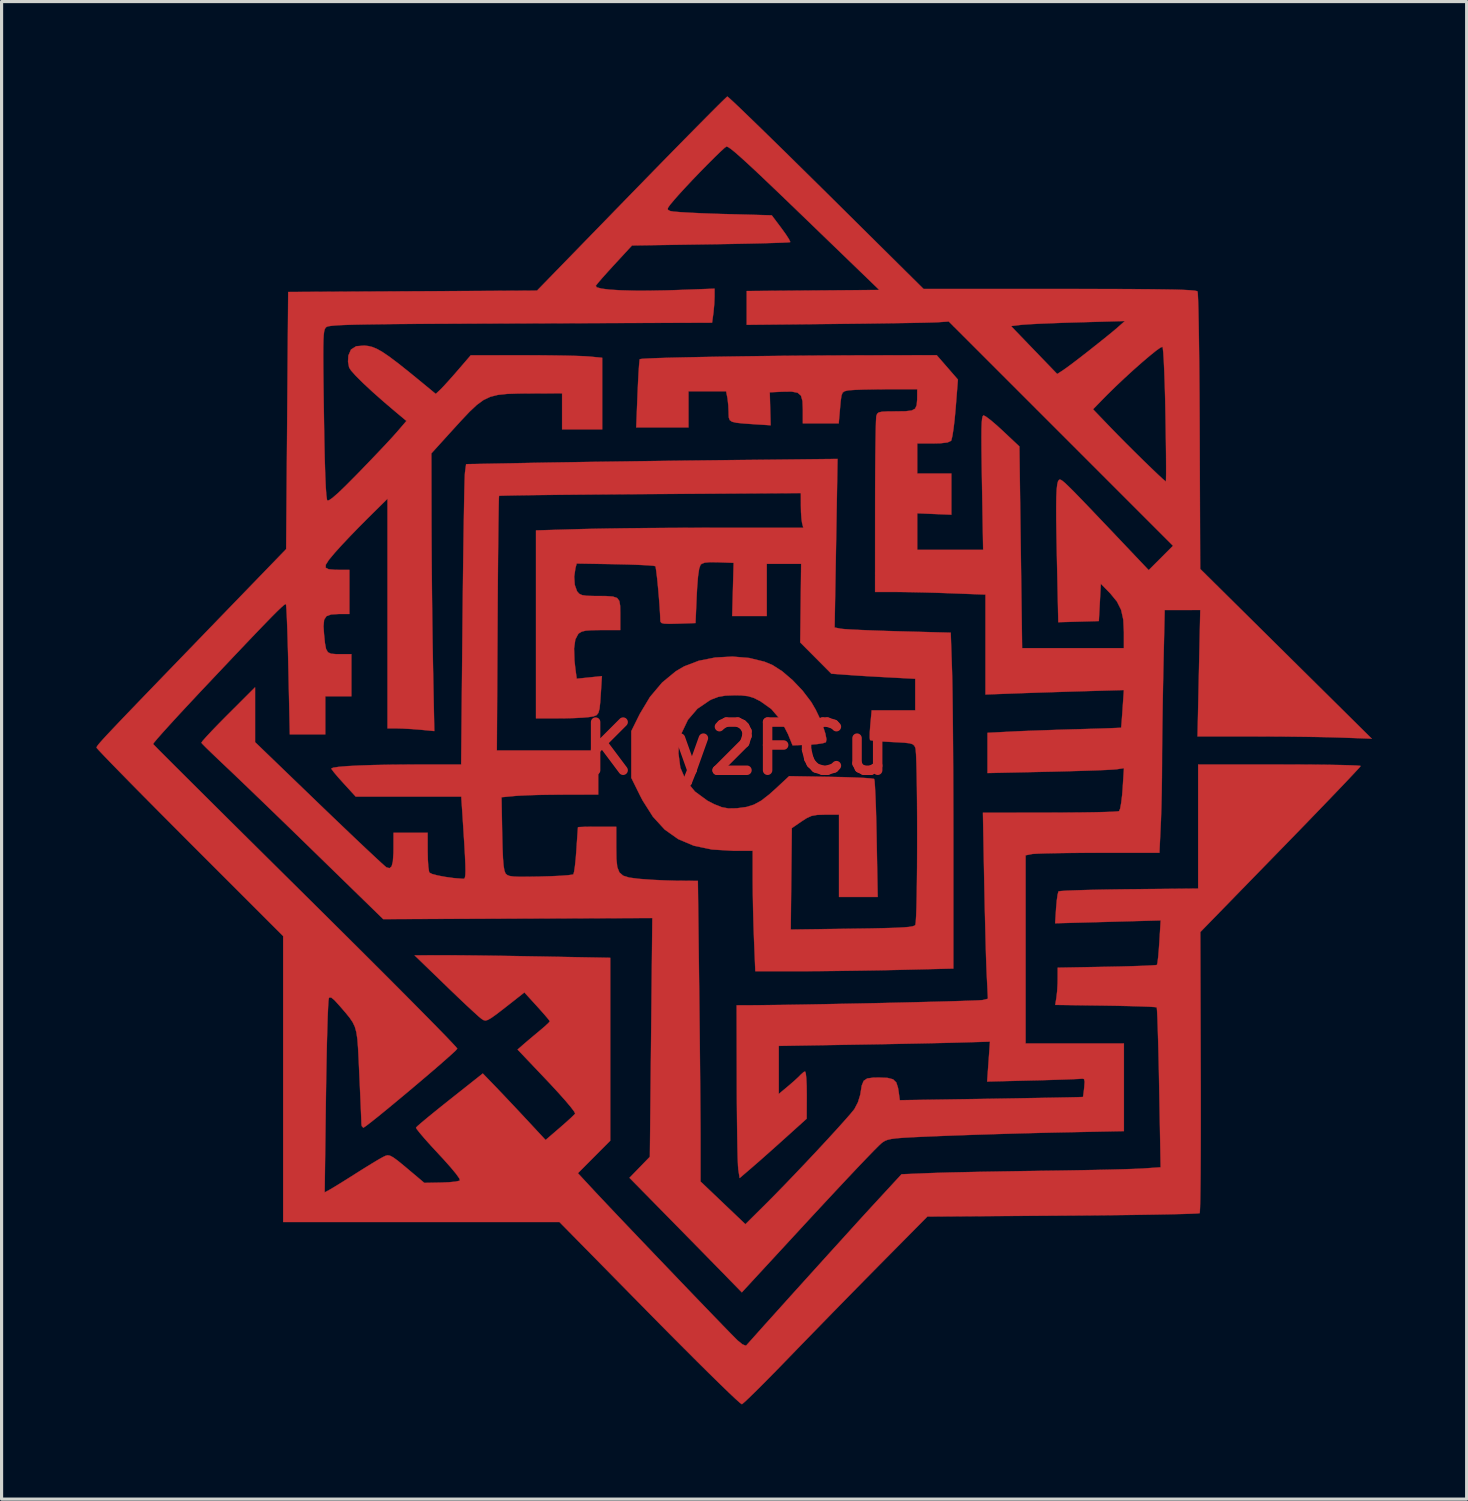
<source format=kicad_pcb>
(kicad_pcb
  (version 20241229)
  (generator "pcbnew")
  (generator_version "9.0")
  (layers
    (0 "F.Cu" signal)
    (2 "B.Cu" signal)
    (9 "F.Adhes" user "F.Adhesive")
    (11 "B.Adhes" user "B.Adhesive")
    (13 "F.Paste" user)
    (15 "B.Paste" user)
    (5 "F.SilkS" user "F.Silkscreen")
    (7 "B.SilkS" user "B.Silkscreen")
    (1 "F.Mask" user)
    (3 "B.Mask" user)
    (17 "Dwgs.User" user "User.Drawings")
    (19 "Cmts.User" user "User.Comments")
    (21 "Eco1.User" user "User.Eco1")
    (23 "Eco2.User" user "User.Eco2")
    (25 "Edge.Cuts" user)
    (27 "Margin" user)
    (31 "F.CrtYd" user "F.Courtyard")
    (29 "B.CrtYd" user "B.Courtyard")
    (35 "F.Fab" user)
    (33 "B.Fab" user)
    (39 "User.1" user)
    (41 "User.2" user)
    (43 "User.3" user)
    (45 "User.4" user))
  (footprint "Key2FCu"
    (layer "F.Cu")
    (at 20.262 20.636)
    (property "Reference" "Key2FCu" (at 0 0 0) (layer "F.Cu") (effects (font (size 1.524 1.524) (thickness 0.3))))
    (attr through_hole)
    (fp_poly (pts (xy -0.241 -20.588) (xy -0.105 -20.464) (xy 0.106 -20.264) (xy 0.384 -19.996) (xy 0.723 -19.668) (xy 1.114 -19.286) (xy 1.551 -18.859) (xy 2.025 -18.392) (xy 2.53 -17.894) (xy 2.838 -17.59) (xy 5.915 -14.542) (xy 10.224 -14.542) (xy 11.107 -14.541) (xy 11.87 -14.54) (xy 12.521 -14.537) (xy 13.067 -14.533) (xy 13.516 -14.527) (xy 13.875 -14.521) (xy 14.152 -14.512) (xy 14.355 -14.501) (xy 14.489 -14.489) (xy 14.564 -14.474) (xy 14.585 -14.462) (xy 14.594 -14.387) (xy 14.603 -14.195) (xy 14.612 -13.897) (xy 14.62 -13.504) (xy 14.628 -13.026) (xy 14.635 -12.473) (xy 14.641 -11.857) (xy 14.647 -11.187) (xy 14.651 -10.474) (xy 14.653 -10.033) (xy 14.669 -5.683) (xy 20.098 -0.31) (xy 19.119 -0.345) (xy 18.781 -0.355) (xy 18.345 -0.364) (xy 17.843 -0.371) (xy 17.305 -0.377) (xy 16.761 -0.38) (xy 16.363 -0.381) (xy 14.585 -0.381) (xy 14.672 -4.382) (xy 14.109 -4.381) (xy 13.546 -4.381) (xy 13.504 -2.524) (xy 13.493 -1.978) (xy 13.483 -1.407) (xy 13.474 -0.843) (xy 13.467 -0.317) (xy 13.463 0.14) (xy 13.462 0.45) (xy 13.459 0.901) (xy 13.452 1.388) (xy 13.441 1.865) (xy 13.427 2.284) (xy 13.42 2.435) (xy 13.379 3.302) (xy 11.46 3.302) (xy 10.969 3.303) (xy 10.511 3.307) (xy 10.104 3.313) (xy 9.766 3.32) (xy 9.513 3.329) (xy 9.365 3.338) (xy 9.342 3.342) (xy 9.144 3.381) (xy 9.144 9.335) (xy 12.255 9.335) (xy 12.255 12.109) (xy 10.208 12.151) (xy 9.601 12.165) (xy 8.938 12.182) (xy 8.255 12.202) (xy 7.591 12.223) (xy 6.98 12.244) (xy 6.477 12.263) (xy 5.971 12.284) (xy 5.575 12.302) (xy 5.274 12.319) (xy 5.052 12.337) (xy 4.893 12.358) (xy 4.78 12.384) (xy 4.698 12.415) (xy 4.631 12.456) (xy 4.588 12.488) (xy 4.504 12.565) (xy 4.344 12.725) (xy 4.117 12.96) (xy 3.831 13.259) (xy 3.497 13.613) (xy 3.124 14.011) (xy 2.721 14.444) (xy 2.297 14.901) (xy 2.272 14.928) (xy 0.164 17.212) (xy -0.256 16.782) (xy -0.409 16.624) (xy -0.636 16.393) (xy -0.921 16.102) (xy -1.247 15.769) (xy -1.6 15.41) (xy -1.963 15.04) (xy -2.033 14.969) (xy -3.391 13.587) (xy -2.746 12.922) (xy -2.668 5.366) (xy -6.926 5.383) (xy -11.184 5.401) (xy -13.26 3.378) (xy -13.721 2.929) (xy -14.184 2.479) (xy -14.634 2.043) (xy -15.058 1.634) (xy -15.441 1.265) (xy -15.769 0.951) (xy -16.027 0.704) (xy -16.129 0.608) (xy -16.39 0.361) (xy -16.617 0.144) (xy -16.795 -0.029) (xy -16.907 -0.143) (xy -16.939 -0.181) (xy -16.901 -0.237) (xy -16.786 -0.367) (xy -16.608 -0.558) (xy -16.38 -0.794) (xy -16.116 -1.061) (xy -16.097 -1.079) (xy -15.24 -1.935) (xy -15.24 -0.2) (xy -13.216 1.751) (xy -12.791 2.159) (xy -12.391 2.541) (xy -12.027 2.888) (xy -11.708 3.189) (xy -11.443 3.437) (xy -11.244 3.621) (xy -11.119 3.733) (xy -11.081 3.763) (xy -10.984 3.789) (xy -10.918 3.73) (xy -10.879 3.576) (xy -10.861 3.313) (xy -10.859 3.159) (xy -10.858 2.667) (xy -9.779 2.667) (xy -9.778 3.254) (xy -9.772 3.523) (xy -9.757 3.747) (xy -9.735 3.894) (xy -9.723 3.928) (xy -9.639 3.972) (xy -9.462 4.019) (xy -9.224 4.064) (xy -8.958 4.101) (xy -8.698 4.122) (xy -8.644 4.125) (xy -8.617 4.116) (xy -8.597 4.078) (xy -8.585 4) (xy -8.581 3.868) (xy -8.585 3.67) (xy -8.597 3.392) (xy -8.618 3.023) (xy -8.648 2.55) (xy -8.676 2.111) (xy -8.715 1.524) (xy -12.054 1.524) (xy -12.44 1.102) (xy -12.612 0.911) (xy -12.744 0.754) (xy -12.818 0.655) (xy -12.827 0.635) (xy -12.765 0.607) (xy -12.588 0.581) (xy -12.306 0.558) (xy -11.931 0.539) (xy -11.474 0.524) (xy -10.945 0.514) (xy -10.357 0.509) (xy -10.153 0.508) (xy -8.718 0.508) (xy -8.675 -3.985) (xy -8.667 -4.736) (xy -8.659 -5.455) (xy -8.65 -6.131) (xy -8.641 -6.753) (xy -8.632 -7.31) (xy -8.624 -7.792) (xy -8.616 -8.188) (xy -8.608 -8.486) (xy -8.601 -8.675) (xy -8.596 -8.738) (xy -8.561 -8.998) (xy -6.424 -9.039) (xy -5.94 -9.048) (xy -5.351 -9.057) (xy -4.678 -9.068) (xy -3.942 -9.078) (xy -3.164 -9.089) (xy -2.366 -9.1) (xy -1.569 -9.11) (xy -0.795 -9.119) (xy -0.547 -9.122) (xy 3.193 -9.163) (xy 3.147 -6.496) (xy 3.1 -3.828) (xy 3.29 -3.79) (xy 3.404 -3.778) (xy 3.626 -3.764) (xy 3.935 -3.749) (xy 4.314 -3.734) (xy 4.742 -3.719) (xy 5.128 -3.708) (xy 6.775 -3.664) (xy 6.817 -2.425) (xy 6.824 -2.137) (xy 6.831 -1.737) (xy 6.837 -1.24) (xy 6.843 -0.663) (xy 6.848 -0.021) (xy 6.852 0.672) (xy 6.855 1.4) (xy 6.857 2.147) (xy 6.858 2.889) (xy 6.858 6.965) (xy 5.133 7.007) (xy 4.574 7.019) (xy 3.963 7.029) (xy 3.34 7.038) (xy 2.745 7.045) (xy 2.217 7.048) (xy 2 7.048) (xy 0.591 7.048) (xy 0.55 6.048) (xy 0.534 5.604) (xy 0.521 5.107) (xy 0.512 4.617) (xy 0.508 4.189) (xy 0.508 4.143) (xy 0.508 3.239) (xy -0.111 3.238) (xy -0.778 3.198) (xy -1.354 3.078) (xy -1.849 2.869) (xy -2.277 2.566) (xy -2.649 2.16) (xy -2.976 1.645) (xy -3.063 1.477) (xy -3.334 0.929) (xy -3.334 -0.549) (xy -3.065 -1.092) (xy -2.743 -1.629) (xy -2.357 -2.087) (xy -1.921 -2.446) (xy -1.661 -2.598) (xy -1.199 -2.775) (xy -0.679 -2.878) (xy -0.136 -2.908) (xy 0.396 -2.864) (xy 0.882 -2.745) (xy 1.136 -2.639) (xy 1.443 -2.442) (xy 1.771 -2.161) (xy 2.085 -1.831) (xy 2.352 -1.481) (xy 2.366 -1.46) (xy 2.502 -1.226) (xy 2.628 -0.964) (xy 2.733 -0.702) (xy 2.808 -0.469) (xy 2.842 -0.291) (xy 2.825 -0.198) (xy 2.735 -0.167) (xy 2.554 -0.139) (xy 2.317 -0.12) (xy 2.266 -0.118) (xy 1.77 -0.098) (xy 1.624 -0.457) (xy 1.393 -0.904) (xy 1.097 -1.249) (xy 0.751 -1.495) (xy 0.546 -1.598) (xy 0.363 -1.655) (xy 0.146 -1.679) (xy -0.064 -1.683) (xy -0.358 -1.672) (xy -0.582 -1.633) (xy -0.787 -1.555) (xy -0.849 -1.524) (xy -1.242 -1.257) (xy -1.542 -0.907) (xy -1.742 -0.488) (xy -1.835 -0.01) (xy -1.841 0.158) (xy -1.782 0.608) (xy -1.607 1.012) (xy -1.321 1.362) (xy -0.928 1.651) (xy -0.71 1.764) (xy -0.473 1.858) (xy -0.264 1.897) (xy -0.011 1.893) (xy 0.026 1.89) (xy 0.307 1.852) (xy 0.546 1.778) (xy 0.777 1.652) (xy 1.031 1.455) (xy 1.251 1.258) (xy 1.661 0.876) (xy 2.984 0.899) (xy 3.382 0.907) (xy 3.737 0.919) (xy 4.028 0.932) (xy 4.237 0.947) (xy 4.343 0.962) (xy 4.352 0.966) (xy 4.365 1.038) (xy 4.378 1.222) (xy 4.392 1.5) (xy 4.406 1.855) (xy 4.418 2.273) (xy 4.428 2.736) (xy 4.43 2.855) (xy 4.464 4.699) (xy 3.239 4.699) (xy 3.239 2.095) (xy 2.801 2.095) (xy 2.551 2.102) (xy 2.374 2.133) (xy 2.217 2.204) (xy 2.055 2.308) (xy 1.746 2.521) (xy 1.712 5.731) (xy 3.654 5.704) (xy 4.217 5.696) (xy 4.665 5.686) (xy 5.011 5.676) (xy 5.269 5.663) (xy 5.449 5.648) (xy 5.566 5.629) (xy 5.632 5.606) (xy 5.655 5.585) (xy 5.668 5.501) (xy 5.68 5.306) (xy 5.691 5.016) (xy 5.699 4.648) (xy 5.705 4.217) (xy 5.71 3.74) (xy 5.712 3.233) (xy 5.713 2.712) (xy 5.712 2.193) (xy 5.709 1.692) (xy 5.704 1.226) (xy 5.697 0.81) (xy 5.688 0.461) (xy 5.678 0.195) (xy 5.665 0.028) (xy 5.656 -0.019) (xy 5.623 -0.088) (xy 5.57 -0.134) (xy 5.472 -0.164) (xy 5.306 -0.183) (xy 5.045 -0.198) (xy 4.926 -0.203) (xy 4.647 -0.219) (xy 4.418 -0.236) (xy 4.267 -0.254) (xy 4.221 -0.266) (xy 4.211 -0.341) (xy 4.213 -0.507) (xy 4.229 -0.731) (xy 4.231 -0.753) (xy 4.273 -1.206) (xy 5.652 -1.206) (xy 5.652 -2.205) (xy 4.842 -2.248) (xy 4.472 -2.268) (xy 4.089 -2.29) (xy 3.743 -2.312) (xy 3.515 -2.328) (xy 2.997 -2.366) (xy 2.505 -2.861) (xy 2.012 -3.356) (xy 2.027 -4.599) (xy 2.041 -5.842) (xy 1.497 -5.842) (xy 0.953 -5.842) (xy 0.953 -4.191) (xy -0.141 -4.191) (xy -0.095 -5.874) (xy -0.578 -5.892) (xy -0.844 -5.896) (xy -1.013 -5.88) (xy -1.112 -5.84) (xy -1.143 -5.81) (xy -1.186 -5.691) (xy -1.222 -5.449) (xy -1.251 -5.085) (xy -1.264 -4.839) (xy -1.302 -3.969) (xy -1.857 -3.95) (xy -2.125 -3.944) (xy -2.291 -3.95) (xy -2.378 -3.971) (xy -2.411 -4.012) (xy -2.415 -4.046) (xy -2.423 -4.248) (xy -2.439 -4.51) (xy -2.462 -4.804) (xy -2.488 -5.101) (xy -2.515 -5.374) (xy -2.541 -5.594) (xy -2.562 -5.734) (xy -2.572 -5.769) (xy -2.646 -5.783) (xy -2.826 -5.797) (xy -3.093 -5.81) (xy -3.426 -5.822) (xy -3.805 -5.831) (xy -3.838 -5.832) (xy -5.062 -5.853) (xy -5.102 -5.705) (xy -5.141 -5.436) (xy -5.123 -5.177) (xy -5.052 -4.978) (xy -5.045 -4.967) (xy -4.98 -4.894) (xy -4.889 -4.852) (xy -4.741 -4.831) (xy -4.504 -4.825) (xy -4.457 -4.825) (xy -4.133 -4.823) (xy -3.915 -4.807) (xy -3.782 -4.761) (xy -3.713 -4.67) (xy -3.687 -4.518) (xy -3.683 -4.29) (xy -3.683 -4.247) (xy -3.683 -3.747) (xy -4.286 -3.747) (xy -4.578 -3.743) (xy -4.773 -3.729) (xy -4.898 -3.699) (xy -4.984 -3.649) (xy -5.016 -3.619) (xy -5.106 -3.447) (xy -5.145 -3.164) (xy -5.132 -2.774) (xy -5.102 -2.509) (xy -5.061 -2.207) (xy -4.662 -2.248) (xy -4.264 -2.289) (xy -4.295 -1.795) (xy -4.316 -1.476) (xy -4.339 -1.261) (xy -4.375 -1.127) (xy -4.434 -1.053) (xy -4.527 -1.017) (xy -4.664 -0.995) (xy -4.675 -0.993) (xy -4.865 -0.976) (xy -5.14 -0.962) (xy -5.456 -0.954) (xy -5.66 -0.953) (xy -6.35 -0.953) (xy -6.35 -6.901) (xy -4.911 -6.943) (xy -4.524 -6.952) (xy -4.033 -6.961) (xy -3.462 -6.969) (xy -2.834 -6.975) (xy -2.172 -6.98) (xy -1.499 -6.983) (xy -0.84 -6.985) (xy -0.681 -6.985) (xy 2.11 -6.985) (xy 2.072 -7.128) (xy 2.052 -7.266) (xy 2.037 -7.481) (xy 2.033 -7.677) (xy 2.032 -8.082) (xy -2.732 -8.051) (xy -3.498 -8.046) (xy -4.226 -8.04) (xy -4.907 -8.034) (xy -5.531 -8.028) (xy -6.088 -8.022) (xy -6.568 -8.016) (xy -6.961 -8.01) (xy -7.257 -8.004) (xy -7.446 -7.999) (xy -7.519 -7.995) (xy -7.519 -7.995) (xy -7.524 -7.928) (xy -7.529 -7.746) (xy -7.534 -7.458) (xy -7.54 -7.075) (xy -7.545 -6.609) (xy -7.551 -6.07) (xy -7.556 -5.468) (xy -7.561 -4.814) (xy -7.565 -4.12) (xy -7.566 -3.953) (xy -7.589 0.064) (xy -4.381 0.064) (xy -4.381 1.46) (xy -5.477 1.461) (xy -5.876 1.464) (xy -6.266 1.47) (xy -6.615 1.481) (xy -6.89 1.494) (xy -7.007 1.502) (xy -7.441 1.543) (xy -7.42 2.699) (xy -7.409 3.14) (xy -7.395 3.47) (xy -7.376 3.704) (xy -7.351 3.858) (xy -7.318 3.948) (xy -7.306 3.964) (xy -7.259 4.006) (xy -7.185 4.035) (xy -7.064 4.053) (xy -6.876 4.061) (xy -6.602 4.06) (xy -6.221 4.054) (xy -6.216 4.053) (xy -5.871 4.043) (xy -5.572 4.029) (xy -5.34 4.012) (xy -5.199 3.993) (xy -5.168 3.983) (xy -5.144 3.903) (xy -5.117 3.723) (xy -5.091 3.473) (xy -5.072 3.221) (xy -5.053 2.935) (xy -5.037 2.701) (xy -5.026 2.545) (xy -5.021 2.492) (xy -4.96 2.486) (xy -4.8 2.48) (xy -4.569 2.477) (xy -4.413 2.477) (xy -3.81 2.477) (xy -3.81 3.136) (xy -3.805 3.497) (xy -3.778 3.752) (xy -3.712 3.921) (xy -3.592 4.026) (xy -3.4 4.086) (xy -3.12 4.123) (xy -3.011 4.132) (xy -2.669 4.157) (xy -2.274 4.175) (xy -1.902 4.186) (xy -1.836 4.186) (xy -1.227 4.191) (xy -1.185 7.668) (xy -1.177 8.371) (xy -1.169 9.077) (xy -1.162 9.767) (xy -1.156 10.424) (xy -1.151 11.029) (xy -1.147 11.566) (xy -1.144 12.015) (xy -1.143 12.359) (xy -1.143 12.424) (xy -1.143 13.704) (xy 0.277 15.056) (xy 0.936 14.402) (xy 1.21 14.126) (xy 1.521 13.807) (xy 1.856 13.458) (xy 2.201 13.095) (xy 2.542 12.732) (xy 2.866 12.383) (xy 3.158 12.064) (xy 3.406 11.788) (xy 3.596 11.572) (xy 3.713 11.429) (xy 3.727 11.411) (xy 3.838 11.198) (xy 3.912 10.957) (xy 3.919 10.913) (xy 3.959 10.667) (xy 4.02 10.518) (xy 4.132 10.443) (xy 4.323 10.417) (xy 4.503 10.414) (xy 4.776 10.425) (xy 4.95 10.47) (xy 5.052 10.569) (xy 5.107 10.741) (xy 5.127 10.866) (xy 5.163 11.131) (xy 8.058 11.086) (xy 8.651 11.076) (xy 9.203 11.066) (xy 9.702 11.057) (xy 10.136 11.049) (xy 10.491 11.042) (xy 10.755 11.036) (xy 10.915 11.031) (xy 10.961 11.028) (xy 10.971 10.965) (xy 10.99 10.816) (xy 11 10.724) (xy 11.013 10.545) (xy 10.994 10.462) (xy 10.938 10.449) (xy 10.929 10.45) (xy 10.838 10.457) (xy 10.64 10.466) (xy 10.354 10.477) (xy 9.999 10.488) (xy 9.595 10.5) (xy 9.377 10.505) (xy 7.927 10.541) (xy 7.972 9.909) (xy 8.017 9.278) (xy 7.009 9.307) (xy 6.701 9.315) (xy 6.289 9.324) (xy 5.797 9.335) (xy 5.249 9.346) (xy 4.666 9.357) (xy 4.074 9.367) (xy 3.667 9.374) (xy 1.333 9.413) (xy 1.333 10.934) (xy 1.642 10.676) (xy 1.818 10.524) (xy 1.962 10.391) (xy 2.03 10.321) (xy 2.122 10.24) (xy 2.167 10.223) (xy 2.188 10.283) (xy 2.205 10.444) (xy 2.216 10.683) (xy 2.219 10.97) (xy 2.216 11.716) (xy 1.547 12.319) (xy 1.263 12.574) (xy 0.972 12.833) (xy 0.708 13.067) (xy 0.501 13.246) (xy 0.487 13.259) (xy 0.095 13.595) (xy 0.052 13.322) (xy 0.043 13.198) (xy 0.033 12.963) (xy 0.025 12.632) (xy 0.018 12.222) (xy 0.012 11.748) (xy 0.007 11.225) (xy 0.005 10.67) (xy 0.005 10.589) (xy 0 8.128) (xy 0.397 8.127) (xy 0.735 8.124) (xy 1.153 8.119) (xy 1.637 8.113) (xy 2.174 8.104) (xy 2.751 8.093) (xy 3.353 8.081) (xy 3.967 8.069) (xy 4.579 8.056) (xy 5.177 8.042) (xy 5.745 8.028) (xy 6.27 8.015) (xy 6.739 8.002) (xy 7.139 7.99) (xy 7.455 7.979) (xy 7.674 7.97) (xy 7.782 7.962) (xy 7.788 7.961) (xy 7.952 7.92) (xy 7.914 7.151) (xy 7.903 6.897) (xy 7.891 6.538) (xy 7.879 6.096) (xy 7.866 5.594) (xy 7.853 5.055) (xy 7.841 4.499) (xy 7.835 4.207) (xy 7.794 2.032) (xy 9.914 2.031) (xy 10.422 2.029) (xy 10.891 2.025) (xy 11.304 2.019) (xy 11.648 2.011) (xy 11.905 2.002) (xy 12.062 1.991) (xy 12.103 1.983) (xy 12.136 1.904) (xy 12.169 1.727) (xy 12.199 1.48) (xy 12.215 1.28) (xy 12.257 0.624) (xy 12.018 0.659) (xy 11.895 0.669) (xy 11.663 0.681) (xy 11.341 0.694) (xy 10.945 0.707) (xy 10.496 0.72) (xy 10.01 0.733) (xy 9.858 0.736) (xy 7.938 0.778) (xy 7.938 -0.495) (xy 8.652 -0.532) (xy 8.94 -0.546) (xy 9.321 -0.561) (xy 9.765 -0.577) (xy 10.236 -0.593) (xy 10.704 -0.607) (xy 10.763 -0.608) (xy 11.17 -0.62) (xy 11.53 -0.631) (xy 11.826 -0.641) (xy 12.04 -0.65) (xy 12.154 -0.655) (xy 12.167 -0.657) (xy 12.174 -0.72) (xy 12.187 -0.882) (xy 12.204 -1.113) (xy 12.214 -1.258) (xy 12.255 -1.849) (xy 11.001 -1.813) (xy 10.53 -1.799) (xy 10.022 -1.783) (xy 9.523 -1.767) (xy 9.075 -1.752) (xy 8.811 -1.742) (xy 7.874 -1.708) (xy 7.874 -4.87) (xy 6.779 -4.911) (xy 6.356 -4.926) (xy 5.92 -4.938) (xy 5.51 -4.947) (xy 5.166 -4.952) (xy 5.032 -4.953) (xy 4.381 -4.953) (xy 4.382 -7.668) (xy 4.383 -8.247) (xy 4.386 -8.792) (xy 4.39 -9.286) (xy 4.396 -9.717) (xy 4.402 -10.07) (xy 4.409 -10.332) (xy 4.417 -10.489) (xy 4.422 -10.525) (xy 4.447 -10.592) (xy 4.498 -10.634) (xy 4.6 -10.657) (xy 4.778 -10.666) (xy 5.048 -10.668) (xy 5.344 -10.672) (xy 5.536 -10.694) (xy 5.646 -10.751) (xy 5.697 -10.861) (xy 5.713 -11.039) (xy 5.714 -11.16) (xy 5.715 -11.367) (xy 4.707 -11.367) (xy 4.347 -11.364) (xy 4.018 -11.358) (xy 3.747 -11.348) (xy 3.562 -11.336) (xy 3.508 -11.328) (xy 3.413 -11.304) (xy 3.353 -11.259) (xy 3.317 -11.166) (xy 3.293 -10.997) (xy 3.274 -10.789) (xy 3.23 -10.287) (xy 2.663 -10.287) (xy 2.095 -10.287) (xy 2.095 -10.729) (xy 2.084 -10.995) (xy 2.036 -11.165) (xy 1.929 -11.258) (xy 1.74 -11.294) (xy 1.449 -11.29) (xy 1.443 -11.29) (xy 1.048 -11.271) (xy 1.062 -10.75) (xy 1.076 -10.228) (xy 0.554 -10.261) (xy 0.222 -10.284) (xy -0.004 -10.307) (xy -0.144 -10.339) (xy -0.218 -10.391) (xy -0.248 -10.472) (xy -0.254 -10.59) (xy -0.254 -10.63) (xy -0.264 -10.857) (xy -0.287 -11.069) (xy -0.294 -11.105) (xy -0.333 -11.303) (xy -1.524 -11.303) (xy -1.524 -10.16) (xy -2.351 -10.16) (xy -3.178 -10.16) (xy -3.136 -11.224) (xy -3.12 -11.578) (xy -3.104 -11.886) (xy -3.088 -12.126) (xy -3.074 -12.277) (xy -3.066 -12.319) (xy -2.995 -12.33) (xy -2.808 -12.341) (xy -2.518 -12.353) (xy -2.135 -12.365) (xy -1.671 -12.376) (xy -1.138 -12.387) (xy -0.547 -12.398) (xy 0.09 -12.408) (xy 0.762 -12.417) (xy 1.457 -12.425) (xy 2.164 -12.431) (xy 2.871 -12.436) (xy 3.567 -12.439) (xy 3.721 -12.44) (xy 6.331 -12.446) (xy 6.667 -12.06) (xy 7.002 -11.674) (xy 6.929 -10.747) (xy 6.898 -10.412) (xy 6.863 -10.119) (xy 6.828 -9.893) (xy 6.796 -9.759) (xy 6.785 -9.736) (xy 6.676 -9.685) (xy 6.45 -9.658) (xy 6.215 -9.652) (xy 5.715 -9.652) (xy 5.715 -8.7) (xy 6.795 -8.7) (xy 6.795 -7.398) (xy 6.255 -7.42) (xy 5.715 -7.443) (xy 5.715 -6.287) (xy 7.801 -6.287) (xy 7.764 -8.414) (xy 7.755 -8.999) (xy 7.749 -9.469) (xy 7.747 -9.837) (xy 7.749 -10.112) (xy 7.756 -10.308) (xy 7.768 -10.437) (xy 7.785 -10.509) (xy 7.807 -10.538) (xy 7.816 -10.54) (xy 7.896 -10.498) (xy 8.045 -10.385) (xy 8.239 -10.219) (xy 8.427 -10.047) (xy 8.948 -9.557) (xy 8.991 -6.366) (xy 9.034 -3.175) (xy 12.255 -3.175) (xy 12.255 -3.685) (xy 12.236 -4.077) (xy 12.167 -4.386) (xy 12.035 -4.649) (xy 11.825 -4.906) (xy 11.792 -4.94) (xy 11.525 -5.213) (xy 11.462 -4.032) (xy 10.821 -4.014) (xy 10.179 -3.996) (xy 10.134 -6.084) (xy 10.122 -6.717) (xy 10.114 -7.235) (xy 10.113 -7.646) (xy 10.117 -7.964) (xy 10.128 -8.197) (xy 10.146 -8.357) (xy 10.171 -8.455) (xy 10.204 -8.502) (xy 10.229 -8.509) (xy 10.262 -8.5) (xy 10.313 -8.467) (xy 10.391 -8.402) (xy 10.503 -8.295) (xy 10.661 -8.139) (xy 10.871 -7.923) (xy 11.143 -7.64) (xy 11.485 -7.281) (xy 11.846 -6.902) (xy 13.04 -5.643) (xy 13.81 -6.414) (xy 10.262 -9.963) (xy 9.491 -10.734) (xy 11.278 -10.734) (xy 11.844 -10.145) (xy 12.072 -9.911) (xy 12.328 -9.652) (xy 12.596 -9.385) (xy 12.86 -9.125) (xy 13.106 -8.887) (xy 13.316 -8.686) (xy 13.475 -8.538) (xy 13.567 -8.458) (xy 13.583 -8.449) (xy 13.588 -8.509) (xy 13.591 -8.681) (xy 13.591 -8.951) (xy 13.589 -9.304) (xy 13.584 -9.725) (xy 13.577 -10.199) (xy 13.571 -10.55) (xy 13.561 -11.055) (xy 13.548 -11.521) (xy 13.533 -11.93) (xy 13.518 -12.269) (xy 13.502 -12.522) (xy 13.486 -12.674) (xy 13.477 -12.711) (xy 13.414 -12.688) (xy 13.276 -12.591) (xy 13.078 -12.431) (xy 12.834 -12.224) (xy 12.561 -11.983) (xy 12.274 -11.72) (xy 11.988 -11.45) (xy 11.719 -11.186) (xy 11.592 -11.057) (xy 11.278 -10.734) (xy 9.491 -10.734) (xy 6.858 -13.367) (xy 8.683 -13.367) (xy 9.414 -12.608) (xy 10.145 -11.85) (xy 10.327 -11.968) (xy 10.445 -12.051) (xy 10.638 -12.194) (xy 10.879 -12.378) (xy 11.143 -12.584) (xy 11.176 -12.61) (xy 11.447 -12.825) (xy 11.703 -13.03) (xy 11.916 -13.204) (xy 12.058 -13.324) (xy 12.065 -13.331) (xy 12.287 -13.527) (xy 10.795 -13.485) (xy 10.352 -13.472) (xy 9.934 -13.456) (xy 9.563 -13.441) (xy 9.263 -13.425) (xy 9.055 -13.411) (xy 8.993 -13.405) (xy 8.683 -13.367) (xy 6.858 -13.367) (xy 6.713 -13.512) (xy 6.357 -13.488) (xy 6.219 -13.483) (xy 5.97 -13.476) (xy 5.623 -13.469) (xy 5.193 -13.462) (xy 4.697 -13.455) (xy 4.148 -13.447) (xy 3.562 -13.44) (xy 3.159 -13.436) (xy 0.318 -13.407) (xy 0.318 -14.476) (xy 2.416 -14.493) (xy 4.515 -14.51) (xy 2.4 -16.552) (xy 1.829 -17.103) (xy 1.341 -17.572) (xy 0.931 -17.963) (xy 0.592 -18.284) (xy 0.317 -18.539) (xy 0.1 -18.735) (xy -0.065 -18.879) (xy -0.185 -18.975) (xy -0.266 -19.03) (xy -0.316 -19.05) (xy -0.321 -19.05) (xy -0.383 -19.006) (xy -0.514 -18.886) (xy -0.699 -18.707) (xy -0.921 -18.485) (xy -1.163 -18.238) (xy -1.409 -17.982) (xy -1.642 -17.733) (xy -1.846 -17.51) (xy -1.968 -17.371) (xy -2.11 -17.202) (xy -2.177 -17.103) (xy -2.178 -17.05) (xy -2.122 -17.016) (xy -2.098 -17.007) (xy -1.997 -16.99) (xy -1.789 -16.973) (xy -1.493 -16.955) (xy -1.128 -16.938) (xy -0.714 -16.922) (xy -0.424 -16.913) (xy 1.111 -16.872) (xy 1.418 -16.463) (xy 1.557 -16.27) (xy 1.655 -16.118) (xy 1.696 -16.033) (xy 1.694 -16.024) (xy 1.626 -16.016) (xy 1.445 -16.007) (xy 1.164 -15.998) (xy 0.798 -15.987) (xy 0.359 -15.977) (xy -0.137 -15.967) (xy -0.677 -15.958) (xy -0.824 -15.956) (xy -3.312 -15.918) (xy -3.861 -15.323) (xy -4.073 -15.091) (xy -4.256 -14.886) (xy -4.39 -14.73) (xy -4.457 -14.645) (xy -4.459 -14.641) (xy -4.427 -14.593) (xy -4.279 -14.553) (xy -4.028 -14.521) (xy -3.685 -14.5) (xy -3.262 -14.488) (xy -2.77 -14.487) (xy -2.22 -14.497) (xy -1.923 -14.506) (xy -0.699 -14.551) (xy -0.699 -14.301) (xy -0.708 -14.071) (xy -0.731 -13.817) (xy -0.738 -13.762) (xy -0.778 -13.474) (xy -6.824 -13.452) (xy -7.849 -13.448) (xy -8.755 -13.444) (xy -9.548 -13.44) (xy -10.236 -13.436) (xy -10.827 -13.431) (xy -11.328 -13.425) (xy -11.745 -13.419) (xy -12.088 -13.412) (xy -12.362 -13.404) (xy -12.576 -13.395) (xy -12.737 -13.384) (xy -12.851 -13.372) (xy -12.928 -13.359) (xy -12.973 -13.344) (xy -12.986 -13.335) (xy -13.014 -13.306) (xy -13.037 -13.262) (xy -13.055 -13.191) (xy -13.068 -13.082) (xy -13.077 -12.923) (xy -13.082 -12.703) (xy -13.083 -12.408) (xy -13.081 -12.029) (xy -13.076 -11.553) (xy -13.068 -10.968) (xy -13.062 -10.579) (xy -13.05 -9.813) (xy -13.036 -9.174) (xy -13.02 -8.661) (xy -13.003 -8.273) (xy -12.984 -8.01) (xy -12.964 -7.871) (xy -12.955 -7.849) (xy -12.901 -7.854) (xy -12.79 -7.93) (xy -12.616 -8.081) (xy -12.373 -8.314) (xy -12.054 -8.635) (xy -11.959 -8.732) (xy -11.659 -9.043) (xy -11.369 -9.346) (xy -11.108 -9.622) (xy -10.896 -9.851) (xy -10.752 -10.012) (xy -10.741 -10.025) (xy -10.449 -10.365) (xy -10.764 -10.628) (xy -11.163 -10.967) (xy -11.518 -11.281) (xy -11.817 -11.559) (xy -12.05 -11.79) (xy -12.204 -11.963) (xy -12.264 -12.057) (xy -12.298 -12.239) (xy -12.288 -12.432) (xy -12.205 -12.624) (xy -12.04 -12.729) (xy -11.786 -12.75) (xy -11.659 -12.736) (xy -11.528 -12.705) (xy -11.383 -12.645) (xy -11.21 -12.547) (xy -10.995 -12.401) (xy -10.726 -12.199) (xy -10.387 -11.93) (xy -9.984 -11.601) (xy -9.522 -11.22) (xy -9.379 -11.354) (xy -9.276 -11.46) (xy -9.117 -11.634) (xy -8.928 -11.847) (xy -8.825 -11.966) (xy -8.414 -12.443) (xy -6.763 -12.444) (xy -6.29 -12.443) (xy -5.836 -12.438) (xy -5.422 -12.432) (xy -5.073 -12.423) (xy -4.81 -12.413) (xy -4.683 -12.405) (xy -4.255 -12.364) (xy -4.255 -10.097) (xy -5.524 -10.097) (xy -5.524 -11.239) (xy -6.429 -11.236) (xy -6.894 -11.233) (xy -7.261 -11.221) (xy -7.554 -11.19) (xy -7.796 -11.129) (xy -8.011 -11.027) (xy -8.222 -10.873) (xy -8.452 -10.657) (xy -8.725 -10.368) (xy -9.014 -10.051) (xy -9.661 -9.338) (xy -9.657 -7.098) (xy -9.654 -6.441) (xy -9.649 -5.705) (xy -9.642 -4.93) (xy -9.633 -4.157) (xy -9.623 -3.425) (xy -9.612 -2.775) (xy -9.611 -2.705) (xy -9.568 -0.551) (xy -10.007 -0.593) (xy -10.287 -0.615) (xy -10.567 -0.63) (xy -10.747 -0.635) (xy -11.049 -0.635) (xy -11.049 -4.269) (xy -11.049 -7.903) (xy -11.69 -7.27) (xy -11.965 -6.993) (xy -12.248 -6.701) (xy -12.504 -6.429) (xy -12.704 -6.208) (xy -12.712 -6.199) (xy -12.904 -5.969) (xy -13.003 -5.814) (xy -13.006 -5.72) (xy -12.91 -5.671) (xy -12.711 -5.654) (xy -12.589 -5.652) (xy -12.255 -5.652) (xy -12.255 -4.255) (xy -12.597 -4.255) (xy -12.832 -4.241) (xy -12.98 -4.188) (xy -13.055 -4.072) (xy -13.074 -3.871) (xy -13.058 -3.623) (xy -13.029 -3.335) (xy -12.994 -3.149) (xy -12.935 -3.045) (xy -12.836 -2.998) (xy -12.678 -2.985) (xy -12.566 -2.985) (xy -12.192 -2.985) (xy -12.192 -1.651) (xy -13.018 -1.651) (xy -13.018 -0.445) (xy -13.579 -0.445) (xy -14.14 -0.445) (xy -14.185 -2.49) (xy -14.196 -2.987) (xy -14.209 -3.442) (xy -14.222 -3.841) (xy -14.235 -4.167) (xy -14.247 -4.407) (xy -14.258 -4.543) (xy -14.263 -4.569) (xy -14.285 -4.566) (xy -14.333 -4.533) (xy -14.413 -4.462) (xy -14.532 -4.349) (xy -14.695 -4.186) (xy -14.908 -3.967) (xy -15.178 -3.687) (xy -15.511 -3.338) (xy -15.912 -2.916) (xy -16.387 -2.413) (xy -16.944 -1.824) (xy -17.3 -1.443) (xy -17.627 -1.092) (xy -17.913 -0.78) (xy -18.15 -0.518) (xy -18.328 -0.317) (xy -18.437 -0.187) (xy -18.467 -0.141) (xy -18.42 -0.091) (xy -18.289 0.043) (xy -18.079 0.253) (xy -17.796 0.536) (xy -17.447 0.884) (xy -17.036 1.293) (xy -16.571 1.755) (xy -16.057 2.266) (xy -15.499 2.819) (xy -14.904 3.409) (xy -14.278 4.029) (xy -13.635 4.666) (xy -12.984 5.311) (xy -12.359 5.932) (xy -11.766 6.522) (xy -11.211 7.076) (xy -10.7 7.588) (xy -10.239 8.052) (xy -9.833 8.463) (xy -9.489 8.813) (xy -9.211 9.098) (xy -9.007 9.312) (xy -8.881 9.448) (xy -8.841 9.5) (xy -8.892 9.559) (xy -9.027 9.684) (xy -9.231 9.866) (xy -9.488 10.09) (xy -9.785 10.345) (xy -10.107 10.618) (xy -10.438 10.897) (xy -10.765 11.169) (xy -11.072 11.423) (xy -11.344 11.645) (xy -11.568 11.823) (xy -11.728 11.946) (xy -11.809 12) (xy -11.815 12.002) (xy -11.864 11.949) (xy -11.874 11.88) (xy -11.877 11.783) (xy -11.885 11.579) (xy -11.897 11.288) (xy -11.913 10.93) (xy -11.931 10.524) (xy -11.941 10.308) (xy -11.962 9.837) (xy -11.981 9.471) (xy -12.003 9.192) (xy -12.035 8.978) (xy -12.082 8.808) (xy -12.151 8.663) (xy -12.247 8.522) (xy -12.375 8.364) (xy -12.543 8.169) (xy -12.566 8.143) (xy -12.725 7.968) (xy -12.826 7.884) (xy -12.886 7.88) (xy -12.905 7.903) (xy -12.917 7.983) (xy -12.929 8.178) (xy -12.942 8.475) (xy -12.954 8.859) (xy -12.967 9.32) (xy -12.978 9.843) (xy -12.989 10.416) (xy -12.998 11.023) (xy -13.038 14.049) (xy -12.89 13.97) (xy -12.78 13.905) (xy -12.589 13.789) (xy -12.345 13.637) (xy -12.074 13.466) (xy -12.07 13.463) (xy -11.792 13.288) (xy -11.535 13.13) (xy -11.327 13.005) (xy -11.198 12.933) (xy -11.117 12.893) (xy -11.047 12.874) (xy -10.97 12.887) (xy -10.869 12.94) (xy -10.726 13.044) (xy -10.524 13.209) (xy -10.246 13.443) (xy -10.185 13.494) (xy -9.884 13.748) (xy -9.349 13.738) (xy -9.097 13.727) (xy -8.894 13.707) (xy -8.772 13.68) (xy -8.756 13.671) (xy -8.777 13.605) (xy -8.879 13.461) (xy -9.053 13.251) (xy -9.291 12.984) (xy -9.432 12.833) (xy -9.673 12.572) (xy -9.879 12.342) (xy -10.035 12.158) (xy -10.128 12.038) (xy -10.147 11.999) (xy -10.094 11.945) (xy -9.955 11.825) (xy -9.747 11.652) (xy -9.484 11.438) (xy -9.18 11.195) (xy -9.081 11.116) (xy -8.033 10.286) (xy -7.618 10.715) (xy -7.406 10.937) (xy -7.143 11.215) (xy -6.864 11.512) (xy -6.625 11.768) (xy -6.046 12.391) (xy -5.599 12.006) (xy -5.398 11.83) (xy -5.234 11.681) (xy -5.131 11.58) (xy -5.11 11.555) (xy -5.14 11.491) (xy -5.246 11.351) (xy -5.416 11.148) (xy -5.639 10.898) (xy -5.901 10.614) (xy -6.001 10.508) (xy -6.932 9.528) (xy -6.752 9.37) (xy -6.606 9.245) (xy -6.409 9.079) (xy -6.242 8.94) (xy -6.076 8.799) (xy -5.957 8.689) (xy -5.911 8.636) (xy -5.911 8.636) (xy -5.951 8.578) (xy -6.058 8.45) (xy -6.214 8.273) (xy -6.314 8.162) (xy -6.717 7.72) (xy -7.077 8.004) (xy -7.385 8.245) (xy -7.609 8.417) (xy -7.767 8.529) (xy -7.874 8.59) (xy -7.948 8.611) (xy -8.006 8.598) (xy -8.064 8.563) (xy -8.077 8.554) (xy -8.165 8.481) (xy -8.328 8.333) (xy -8.551 8.127) (xy -8.817 7.875) (xy -9.11 7.594) (xy -9.207 7.5) (xy -10.192 6.547) (xy -9.335 6.544) (xy -9.06 6.544) (xy -8.682 6.547) (xy -8.222 6.552) (xy -7.703 6.559) (xy -7.147 6.567) (xy -6.577 6.577) (xy -6.239 6.583) (xy -4 6.625) (xy -4 12.412) (xy -5.024 13.441) (xy -4.469 14.039) (xy -4.277 14.243) (xy -4.023 14.512) (xy -3.717 14.835) (xy -3.369 15.201) (xy -2.991 15.597) (xy -2.594 16.013) (xy -2.188 16.437) (xy -1.786 16.857) (xy -1.397 17.263) (xy -1.032 17.642) (xy -0.703 17.983) (xy -0.421 18.275) (xy -0.196 18.506) (xy -0.039 18.665) (xy 0.025 18.729) (xy 0.177 18.854) (xy 0.282 18.898) (xy 0.308 18.888) (xy 0.571 18.594) (xy 0.897 18.229) (xy 1.273 17.812) (xy 1.682 17.357) (xy 2.111 16.882) (xy 2.545 16.402) (xy 2.968 15.934) (xy 3.367 15.495) (xy 3.725 15.1) (xy 4.029 14.766) (xy 4.264 14.51) (xy 4.273 14.5) (xy 5.218 13.475) (xy 6.117 13.438) (xy 6.384 13.429) (xy 6.757 13.418) (xy 7.218 13.408) (xy 7.746 13.397) (xy 8.321 13.387) (xy 8.923 13.377) (xy 9.533 13.368) (xy 9.652 13.366) (xy 10.244 13.358) (xy 10.817 13.348) (xy 11.356 13.338) (xy 11.841 13.327) (xy 12.256 13.316) (xy 12.584 13.305) (xy 12.808 13.295) (xy 12.853 13.293) (xy 13.418 13.254) (xy 13.372 10.74) (xy 13.362 10.187) (xy 13.35 9.675) (xy 13.338 9.217) (xy 13.326 8.827) (xy 13.315 8.518) (xy 13.305 8.305) (xy 13.296 8.201) (xy 13.294 8.193) (xy 13.224 8.183) (xy 13.044 8.172) (xy 12.773 8.162) (xy 12.427 8.152) (xy 12.023 8.143) (xy 11.671 8.137) (xy 10.082 8.115) (xy 10.12 7.883) (xy 10.143 7.682) (xy 10.157 7.429) (xy 10.159 7.295) (xy 10.16 6.938) (xy 11.715 6.909) (xy 12.146 6.9) (xy 12.535 6.889) (xy 12.862 6.878) (xy 13.11 6.866) (xy 13.262 6.856) (xy 13.302 6.848) (xy 13.319 6.775) (xy 13.34 6.603) (xy 13.361 6.359) (xy 13.377 6.128) (xy 13.419 5.441) (xy 11.749 5.487) (xy 10.079 5.532) (xy 10.11 5.051) (xy 10.131 4.814) (xy 10.157 4.628) (xy 10.183 4.529) (xy 10.188 4.523) (xy 10.26 4.512) (xy 10.444 4.5) (xy 10.726 4.489) (xy 11.09 4.478) (xy 11.521 4.468) (xy 12.005 4.46) (xy 12.419 4.455) (xy 14.605 4.434) (xy 14.605 0.508) (xy 17.177 0.508) (xy 17.734 0.509) (xy 18.25 0.512) (xy 18.711 0.517) (xy 19.103 0.524) (xy 19.414 0.532) (xy 19.63 0.541) (xy 19.737 0.551) (xy 19.747 0.556) (xy 19.704 0.609) (xy 19.579 0.744) (xy 19.382 0.954) (xy 19.12 1.23) (xy 18.8 1.564) (xy 18.43 1.948) (xy 18.02 2.373) (xy 17.575 2.831) (xy 17.209 3.207) (xy 14.673 5.81) (xy 14.686 10.234) (xy 14.688 10.972) (xy 14.688 11.674) (xy 14.687 12.327) (xy 14.685 12.923) (xy 14.682 13.45) (xy 14.677 13.899) (xy 14.672 14.259) (xy 14.665 14.52) (xy 14.658 14.671) (xy 14.652 14.706) (xy 14.582 14.714) (xy 14.396 14.723) (xy 14.103 14.732) (xy 13.715 14.741) (xy 13.243 14.75) (xy 12.695 14.759) (xy 12.084 14.767) (xy 11.419 14.774) (xy 10.711 14.78) (xy 10.32 14.783) (xy 6.036 14.813) (xy 4.521 16.344) (xy 4.073 16.798) (xy 3.575 17.305) (xy 3.055 17.836) (xy 2.541 18.363) (xy 2.06 18.857) (xy 1.64 19.29) (xy 1.627 19.304) (xy 1.284 19.657) (xy 0.967 19.979) (xy 0.688 20.26) (xy 0.456 20.487) (xy 0.285 20.651) (xy 0.184 20.739) (xy 0.165 20.752) (xy 0.107 20.711) (xy -0.032 20.587) (xy -0.244 20.387) (xy -0.522 20.118) (xy -0.857 19.79) (xy -1.243 19.408) (xy -1.671 18.98) (xy -2.134 18.515) (xy -2.624 18.019) (xy -2.763 17.878) (xy -5.608 14.986) (xy -14.351 14.986) (xy -14.351 5.937) (xy -17.304 2.985) (xy -17.81 2.477) (xy -18.289 1.996) (xy -18.733 1.548) (xy -19.135 1.141) (xy -19.487 0.782) (xy -19.782 0.48) (xy -20.012 0.241) (xy -20.17 0.074) (xy -20.249 -0.014) (xy -20.256 -0.026) (xy -20.252 -0.045) (xy -20.235 -0.076) (xy -20.199 -0.124) (xy -20.139 -0.195) (xy -20.049 -0.296) (xy -19.923 -0.433) (xy -19.755 -0.611) (xy -19.54 -0.838) (xy -19.272 -1.118) (xy -18.945 -1.458) (xy -18.553 -1.865) (xy -18.091 -2.343) (xy -17.553 -2.9) (xy -16.932 -3.542) (xy -16.862 -3.615) (xy -14.256 -6.309) (xy -14.224 -10.378) (xy -14.192 -14.446) (xy -6.318 -14.489) (xy -3.334 -17.556) (xy -2.827 -18.076) (xy -2.346 -18.569) (xy -1.898 -19.026) (xy -1.49 -19.441) (xy -1.129 -19.806) (xy -0.824 -20.114) (xy -0.581 -20.357) (xy -0.408 -20.527) (xy -0.311 -20.618) (xy -0.294 -20.631) (xy -0.241 -20.588)) (stroke (width 0.01) (type solid)) (fill yes) (layer "F.Cu")))
  (gr_rect
    (start -3 -3)
    (end 43.364 44.392)
    (stroke (width 0.1) (type default))
    (fill no)
    (layer "Edge.Cuts")))
</source>
